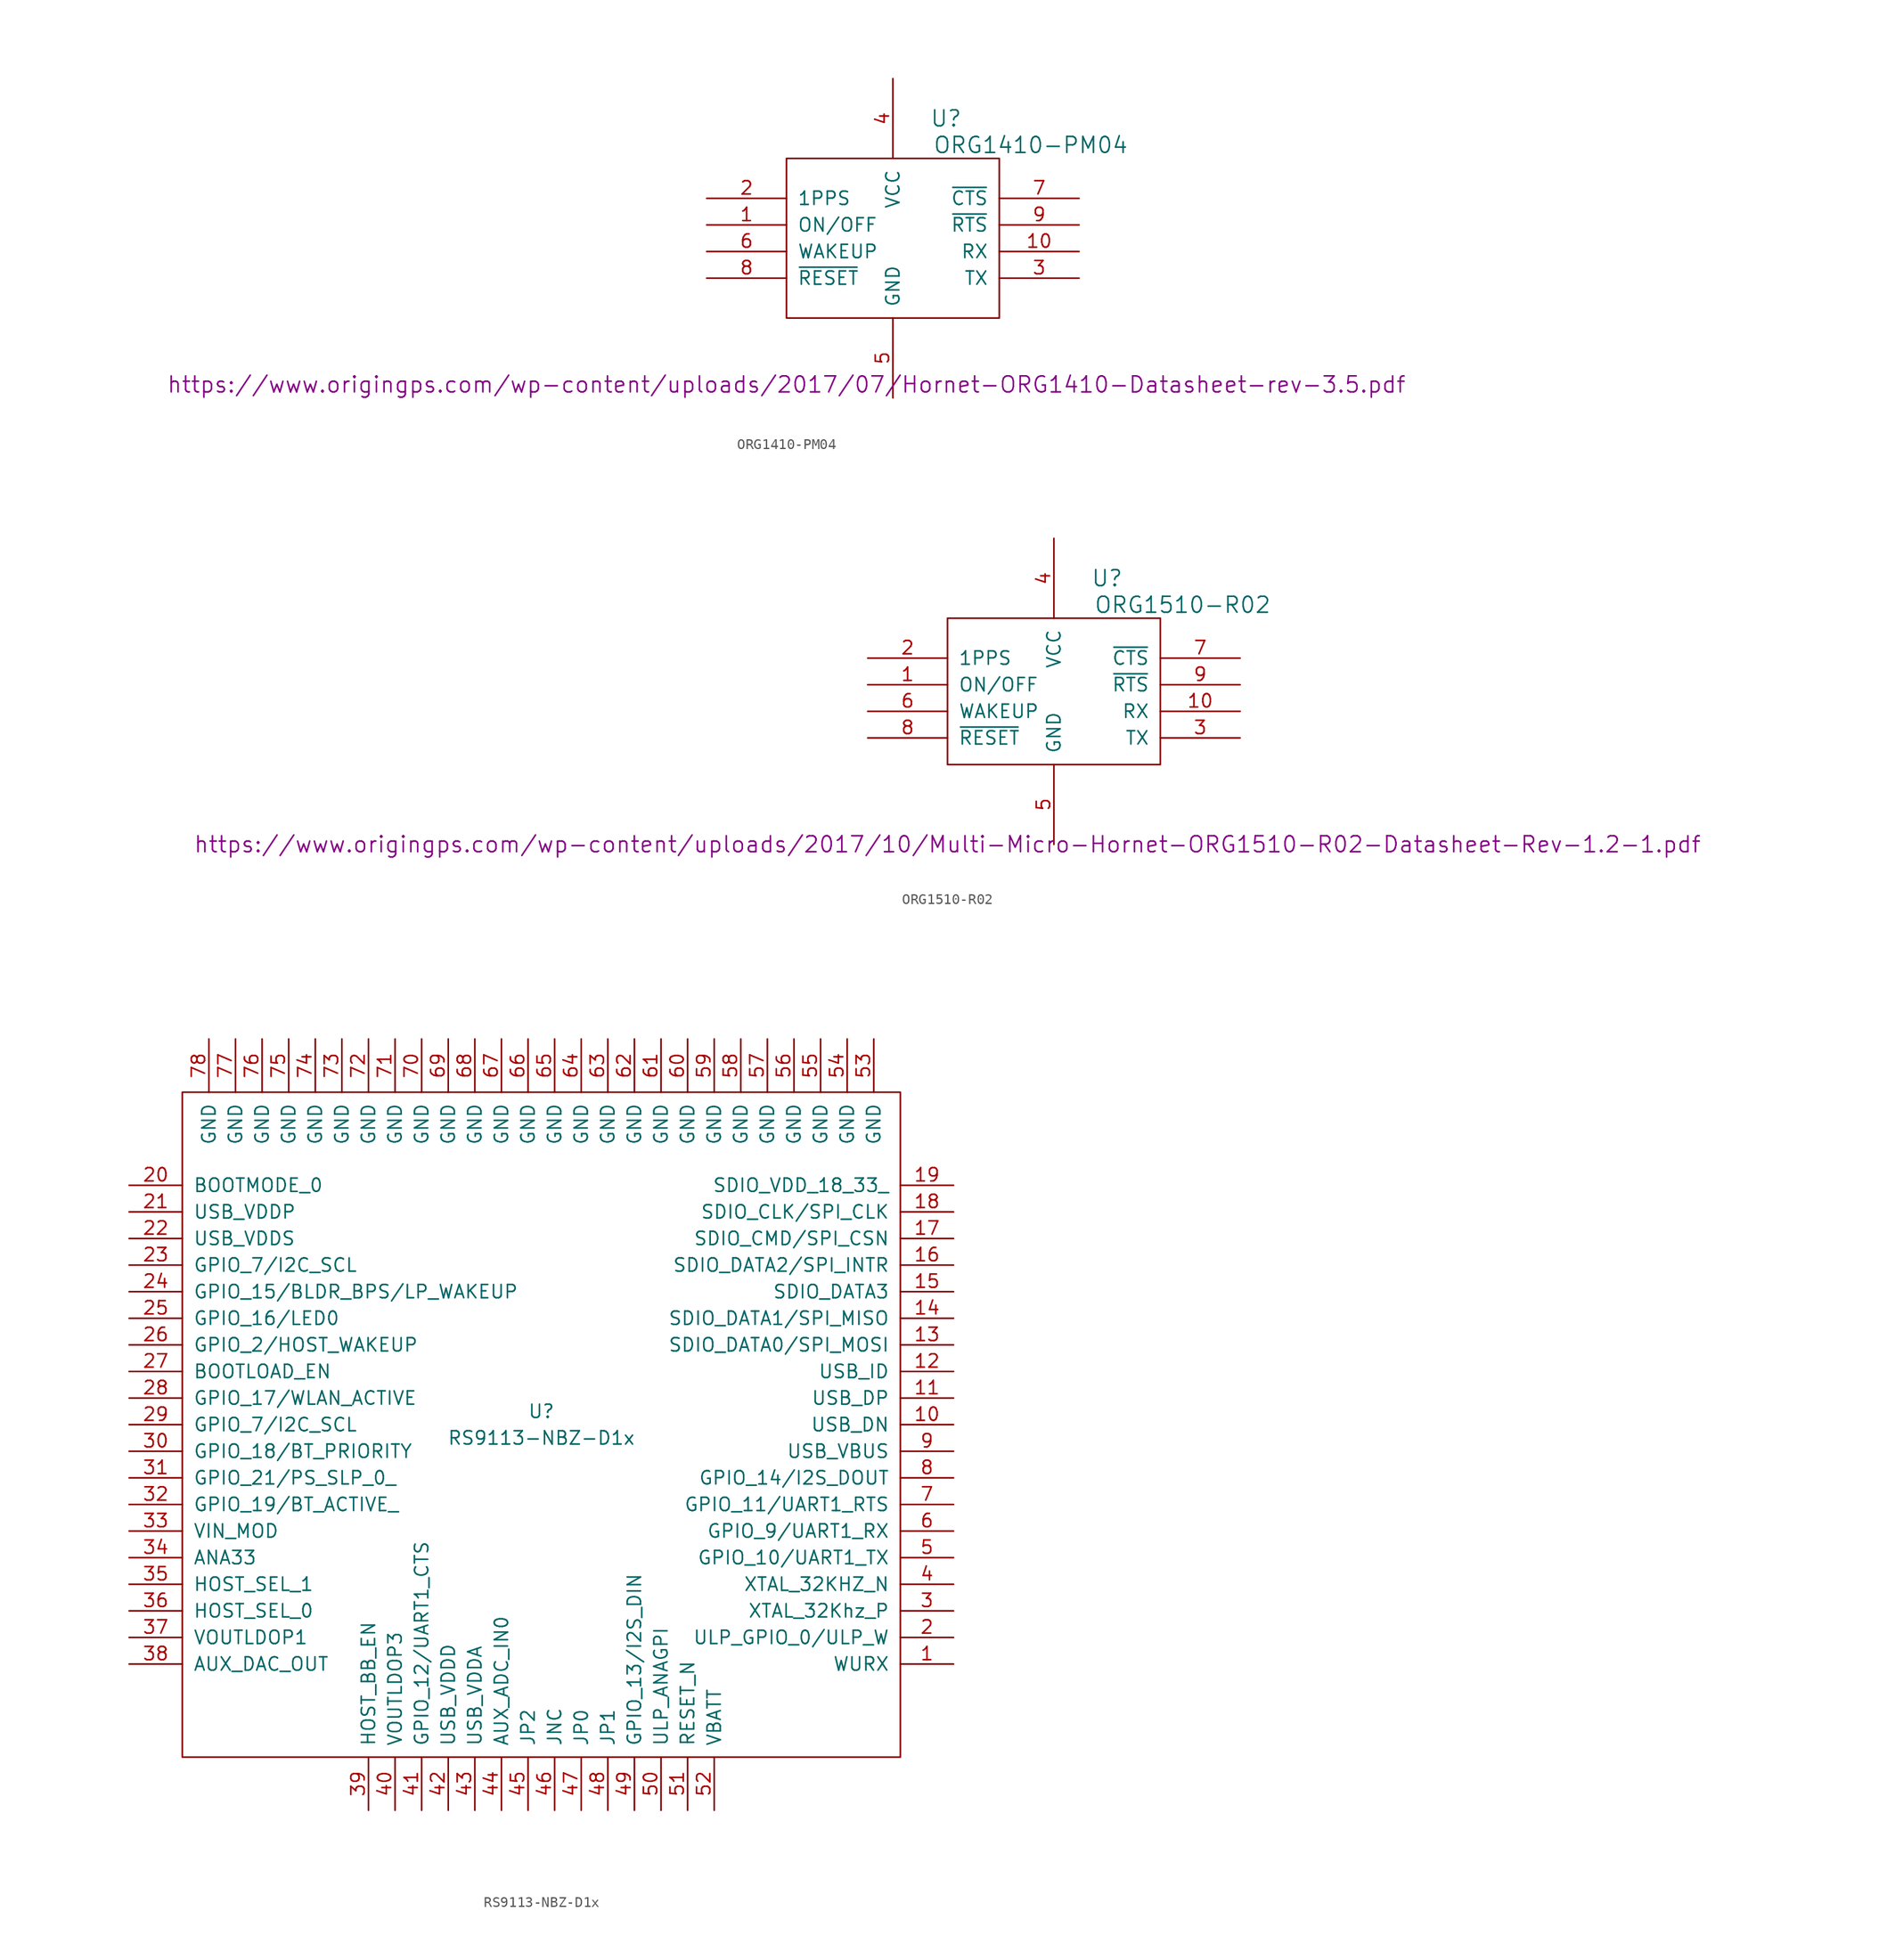
<source format=kicad_sym>
(kicad_symbol_lib
  (version 20201005)
  (generator kicad_symbol_editor)
  (symbol "ORG1410-PM04"
    (pin_names
      (offset 1.016))
    (property "Reference" "U"
      (at 5.08 11.43 0)
      (effects (font (size 1.524 1.524))))
    (property "Value" "ORG1410-PM04"
      (at 3.81 8.89 0)
      (effects (font (size 1.524 1.524)) (justify left)))
    (property "Datasheet" "https://www.origingps.com/wp-content/uploads/2017/07/Hornet-ORG1410-Datasheet-rev-3.5.pdf"
      (at -10.16 -13.97 0)
      (effects (font (size 1.524 1.524))))
    (symbol "ORG1410-PM04_0_1"
      (rectangle (start 10.16 7.62) (end -10.16 -7.62) (stroke (width 0)) (fill (type none))))
    (symbol "ORG1410-PM04_1_1"
      (pin input line (at -17.78 1.27 0) (length 7.62) (name "ON/OFF" (effects (font (size 1.27 1.27)))) (number "1" (effects (font (size 1.27 1.27)))))
      (pin bidirectional line (at 17.78 -1.27 180) (length 7.62) (name "RX" (effects (font (size 1.27 1.27)))) (number "10" (effects (font (size 1.27 1.27)))))
      (pin output line (at -17.78 3.81 0) (length 7.62) (name "1PPS" (effects (font (size 1.27 1.27)))) (number "2" (effects (font (size 1.27 1.27)))))
      (pin bidirectional line (at 17.78 -3.81 180) (length 7.62) (name "TX" (effects (font (size 1.27 1.27)))) (number "3" (effects (font (size 1.27 1.27)))))
      (pin power_in line (at 0 15.24 270) (length 7.62) (name "VCC" (effects (font (size 1.27 1.27)))) (number "4" (effects (font (size 1.27 1.27)))))
      (pin power_in line (at 0 -15.24 90) (length 7.62) (name "GND" (effects (font (size 1.27 1.27)))) (number "5" (effects (font (size 1.27 1.27)))))
      (pin output line (at -17.78 -1.27 0) (length 7.62) (name "WAKEUP" (effects (font (size 1.27 1.27)))) (number "6" (effects (font (size 1.27 1.27)))))
      (pin bidirectional line (at 17.78 3.81 180) (length 7.62) (name "~CTS" (effects (font (size 1.27 1.27)))) (number "7" (effects (font (size 1.27 1.27)))))
      (pin input line (at -17.78 -3.81 0) (length 7.62) (name "~RESET" (effects (font (size 1.27 1.27)))) (number "8" (effects (font (size 1.27 1.27)))))
      (pin bidirectional line (at 17.78 1.27 180) (length 7.62) (name "~RTS" (effects (font (size 1.27 1.27)))) (number "9" (effects (font (size 1.27 1.27)))))))
  (symbol "ORG1510-R02"
    (pin_names
      (offset 1.016))
    (property "Reference" "U"
      (at 5.08 11.43 0)
      (effects (font (size 1.524 1.524))))
    (property "Value" "ORG1510-R02"
      (at 3.81 8.89 0)
      (effects (font (size 1.524 1.524)) (justify left)))
    (property "Datasheet" "https://www.origingps.com/wp-content/uploads/2017/10/Multi-Micro-Hornet-ORG1510-R02-Datasheet-Rev-1.2-1.pdf"
      (at -10.16 -13.97 0)
      (effects (font (size 1.524 1.524))))
    (symbol "ORG1510-R02_0_1"
      (rectangle (start 10.16 7.62) (end -10.16 -6.35) (stroke (width 0)) (fill (type none))))
    (symbol "ORG1510-R02_1_1"
      (pin input line (at -17.78 1.27 0) (length 7.62) (name "ON/OFF" (effects (font (size 1.27 1.27)))) (number "1" (effects (font (size 1.27 1.27)))))
      (pin bidirectional line (at 17.78 -1.27 180) (length 7.62) (name "RX" (effects (font (size 1.27 1.27)))) (number "10" (effects (font (size 1.27 1.27)))))
      (pin output line (at -17.78 3.81 0) (length 7.62) (name "1PPS" (effects (font (size 1.27 1.27)))) (number "2" (effects (font (size 1.27 1.27)))))
      (pin bidirectional line (at 17.78 -3.81 180) (length 7.62) (name "TX" (effects (font (size 1.27 1.27)))) (number "3" (effects (font (size 1.27 1.27)))))
      (pin power_in line (at 0 15.24 270) (length 7.62) (name "VCC" (effects (font (size 1.27 1.27)))) (number "4" (effects (font (size 1.27 1.27)))))
      (pin power_in line (at 0 -13.97 90) (length 7.62) (name "GND" (effects (font (size 1.27 1.27)))) (number "5" (effects (font (size 1.27 1.27)))))
      (pin output line (at -17.78 -1.27 0) (length 7.62) (name "WAKEUP" (effects (font (size 1.27 1.27)))) (number "6" (effects (font (size 1.27 1.27)))))
      (pin bidirectional line (at 17.78 3.81 180) (length 7.62) (name "~CTS" (effects (font (size 1.27 1.27)))) (number "7" (effects (font (size 1.27 1.27)))))
      (pin input line (at -17.78 -3.81 0) (length 7.62) (name "~RESET" (effects (font (size 1.27 1.27)))) (number "8" (effects (font (size 1.27 1.27)))))
      (pin bidirectional line (at 17.78 1.27 180) (length 7.62) (name "~RTS" (effects (font (size 1.27 1.27)))) (number "9" (effects (font (size 1.27 1.27)))))))
  (symbol "RS9113-NBZ-D1x"
    (pin_names
      (offset 1.016))
    (property "Reference" "U"
      (at 0 1.27 0)
      (effects (font (size 1.27 1.27))))
    (property "Value" "RS9113-NBZ-D1x"
      (at 0 -1.27 0)
      (effects (font (size 1.27 1.27))))
    (symbol "RS9113-NBZ-D1x_0_0"
      (pin input line (at 39.37 -22.86 180) (length 5.08) (name "WURX" (effects (font (size 1.27 1.27)))) (number "1" (effects (font (size 1.27 1.27)))))
      (pin bidirectional line (at 39.37 0 180) (length 5.08) (name "USB_DN" (effects (font (size 1.27 1.27)))) (number "10" (effects (font (size 1.27 1.27)))))
      (pin bidirectional line (at 39.37 2.54 180) (length 5.08) (name "USB_DP" (effects (font (size 1.27 1.27)))) (number "11" (effects (font (size 1.27 1.27)))))
      (pin bidirectional line (at 39.37 5.08 180) (length 5.08) (name "USB_ID" (effects (font (size 1.27 1.27)))) (number "12" (effects (font (size 1.27 1.27)))))
      (pin bidirectional line (at 39.37 7.62 180) (length 5.08) (name "SDIO_DATA0/SPI_MOSI" (effects (font (size 1.27 1.27)))) (number "13" (effects (font (size 1.27 1.27)))))
      (pin bidirectional line (at 39.37 10.16 180) (length 5.08) (name "SDIO_DATA1/SPI_MISO" (effects (font (size 1.27 1.27)))) (number "14" (effects (font (size 1.27 1.27)))))
      (pin bidirectional line (at 39.37 12.7 180) (length 5.08) (name "SDIO_DATA3" (effects (font (size 1.27 1.27)))) (number "15" (effects (font (size 1.27 1.27)))))
      (pin bidirectional line (at 39.37 15.24 180) (length 5.08) (name "SDIO_DATA2/SPI_INTR" (effects (font (size 1.27 1.27)))) (number "16" (effects (font (size 1.27 1.27)))))
      (pin bidirectional line (at 39.37 17.78 180) (length 5.08) (name "SDIO_CMD/SPI_CSN" (effects (font (size 1.27 1.27)))) (number "17" (effects (font (size 1.27 1.27)))))
      (pin input line (at 39.37 20.32 180) (length 5.08) (name "SDIO_CLK/SPI_CLK" (effects (font (size 1.27 1.27)))) (number "18" (effects (font (size 1.27 1.27)))))
      (pin power_in line (at 39.37 22.86 180) (length 5.08) (name "SDIO_VDD_18_33_" (effects (font (size 1.27 1.27)))) (number "19" (effects (font (size 1.27 1.27)))))
      (pin bidirectional line (at 39.37 -20.32 180) (length 5.08) (name "ULP_GPIO_0/ULP_W" (effects (font (size 1.27 1.27)))) (number "2" (effects (font (size 1.27 1.27)))))
      (pin bidirectional line (at -39.37 22.86 0) (length 5.08) (name "BOOTMODE_0" (effects (font (size 1.27 1.27)))) (number "20" (effects (font (size 1.27 1.27)))))
      (pin power_in line (at -39.37 20.32 0) (length 5.08) (name "USB_VDDP" (effects (font (size 1.27 1.27)))) (number "21" (effects (font (size 1.27 1.27)))))
      (pin power_in line (at -39.37 17.78 0) (length 5.08) (name "USB_VDDS" (effects (font (size 1.27 1.27)))) (number "22" (effects (font (size 1.27 1.27)))))
      (pin bidirectional line (at -39.37 15.24 0) (length 5.08) (name "GPIO_7/I2C_SCL" (effects (font (size 1.27 1.27)))) (number "23" (effects (font (size 1.27 1.27)))))
      (pin bidirectional line (at -39.37 12.7 0) (length 5.08) (name "GPIO_15/BLDR_BPS/LP_WAKEUP" (effects (font (size 1.27 1.27)))) (number "24" (effects (font (size 1.27 1.27)))))
      (pin bidirectional line (at -39.37 10.16 0) (length 5.08) (name "GPIO_16/LED0" (effects (font (size 1.27 1.27)))) (number "25" (effects (font (size 1.27 1.27)))))
      (pin bidirectional line (at -39.37 7.62 0) (length 5.08) (name "GPIO_2/HOST_WAKEUP" (effects (font (size 1.27 1.27)))) (number "26" (effects (font (size 1.27 1.27)))))
      (pin bidirectional line (at -39.37 5.08 0) (length 5.08) (name "BOOTLOAD_EN" (effects (font (size 1.27 1.27)))) (number "27" (effects (font (size 1.27 1.27)))))
      (pin bidirectional line (at -39.37 2.54 0) (length 5.08) (name "GPIO_17/WLAN_ACTIVE" (effects (font (size 1.27 1.27)))) (number "28" (effects (font (size 1.27 1.27)))))
      (pin bidirectional line (at -39.37 0 0) (length 5.08) (name "GPIO_7/I2C_SCL" (effects (font (size 1.27 1.27)))) (number "29" (effects (font (size 1.27 1.27)))))
      (pin input line (at 39.37 -17.78 180) (length 5.08) (name "XTAL_32Khz_P" (effects (font (size 1.27 1.27)))) (number "3" (effects (font (size 1.27 1.27)))))
      (pin bidirectional line (at -39.37 -2.54 0) (length 5.08) (name "GPIO_18/BT_PRIORITY" (effects (font (size 1.27 1.27)))) (number "30" (effects (font (size 1.27 1.27)))))
      (pin bidirectional line (at -39.37 -5.08 0) (length 5.08) (name "GPIO_21/PS_SLP_0_" (effects (font (size 1.27 1.27)))) (number "31" (effects (font (size 1.27 1.27)))))
      (pin bidirectional line (at -39.37 -7.62 0) (length 5.08) (name "GPIO_19/BT_ACTIVE_" (effects (font (size 1.27 1.27)))) (number "32" (effects (font (size 1.27 1.27)))))
      (pin power_in line (at -39.37 -10.16 0) (length 5.08) (name "VIN_MOD" (effects (font (size 1.27 1.27)))) (number "33" (effects (font (size 1.27 1.27)))))
      (pin power_in line (at -39.37 -12.7 0) (length 5.08) (name "ANA33" (effects (font (size 1.27 1.27)))) (number "34" (effects (font (size 1.27 1.27)))))
      (pin bidirectional line (at -39.37 -15.24 0) (length 5.08) (name "HOST_SEL_1" (effects (font (size 1.27 1.27)))) (number "35" (effects (font (size 1.27 1.27)))))
      (pin bidirectional line (at -39.37 -17.78 0) (length 5.08) (name "HOST_SEL_0" (effects (font (size 1.27 1.27)))) (number "36" (effects (font (size 1.27 1.27)))))
      (pin output line (at -39.37 -20.32 0) (length 5.08) (name "VOUTLDOP1" (effects (font (size 1.27 1.27)))) (number "37" (effects (font (size 1.27 1.27)))))
      (pin output line (at -39.37 -22.86 0) (length 5.08) (name "AUX_DAC_OUT" (effects (font (size 1.27 1.27)))) (number "38" (effects (font (size 1.27 1.27)))))
      (pin output line (at -16.51 -36.83 90) (length 5.08) (name "HOST_BB_EN" (effects (font (size 1.27 1.27)))) (number "39" (effects (font (size 1.27 1.27)))))
      (pin input line (at 39.37 -15.24 180) (length 5.08) (name "XTAL_32KHZ_N" (effects (font (size 1.27 1.27)))) (number "4" (effects (font (size 1.27 1.27)))))
      (pin output line (at -13.97 -36.83 90) (length 5.08) (name "VOUTLDOP3" (effects (font (size 1.27 1.27)))) (number "40" (effects (font (size 1.27 1.27)))))
      (pin bidirectional line (at -11.43 -36.83 90) (length 5.08) (name "GPIO_12/UART1_CTS" (effects (font (size 1.27 1.27)))) (number "41" (effects (font (size 1.27 1.27)))))
      (pin power_in line (at -8.89 -36.83 90) (length 5.08) (name "USB_VDDD" (effects (font (size 1.27 1.27)))) (number "42" (effects (font (size 1.27 1.27)))))
      (pin power_in line (at -6.35 -36.83 90) (length 5.08) (name "USB_VDDA" (effects (font (size 1.27 1.27)))) (number "43" (effects (font (size 1.27 1.27)))))
      (pin input line (at -3.81 -36.83 90) (length 5.08) (name "AUX_ADC_IN0" (effects (font (size 1.27 1.27)))) (number "44" (effects (font (size 1.27 1.27)))))
      (pin input line (at -1.27 -36.83 90) (length 5.08) (name "JP2" (effects (font (size 1.27 1.27)))) (number "45" (effects (font (size 1.27 1.27)))))
      (pin output line (at 1.27 -36.83 90) (length 5.08) (name "JNC" (effects (font (size 1.27 1.27)))) (number "46" (effects (font (size 1.27 1.27)))))
      (pin input line (at 3.81 -36.83 90) (length 5.08) (name "JP0" (effects (font (size 1.27 1.27)))) (number "47" (effects (font (size 1.27 1.27)))))
      (pin input line (at 6.35 -36.83 90) (length 5.08) (name "JP1" (effects (font (size 1.27 1.27)))) (number "48" (effects (font (size 1.27 1.27)))))
      (pin bidirectional line (at 8.89 -36.83 90) (length 5.08) (name "GPIO_13/I2S_DIN" (effects (font (size 1.27 1.27)))) (number "49" (effects (font (size 1.27 1.27)))))
      (pin bidirectional line (at 39.37 -12.7 180) (length 5.08) (name "GPIO_10/UART1_TX" (effects (font (size 1.27 1.27)))) (number "5" (effects (font (size 1.27 1.27)))))
      (pin input line (at 11.43 -36.83 90) (length 5.08) (name "ULP_ANAGPI" (effects (font (size 1.27 1.27)))) (number "50" (effects (font (size 1.27 1.27)))))
      (pin input line (at 13.97 -36.83 90) (length 5.08) (name "RESET_N" (effects (font (size 1.27 1.27)))) (number "51" (effects (font (size 1.27 1.27)))))
      (pin power_in line (at 16.51 -36.83 90) (length 5.08) (name "VBATT" (effects (font (size 1.27 1.27)))) (number "52" (effects (font (size 1.27 1.27)))))
      (pin power_in line (at 31.75 36.83 270) (length 5.08) (name "GND" (effects (font (size 1.27 1.27)))) (number "53" (effects (font (size 1.27 1.27)))))
      (pin power_in line (at 29.21 36.83 270) (length 5.08) (name "GND" (effects (font (size 1.27 1.27)))) (number "54" (effects (font (size 1.27 1.27)))))
      (pin power_in line (at 26.67 36.83 270) (length 5.08) (name "GND" (effects (font (size 1.27 1.27)))) (number "55" (effects (font (size 1.27 1.27)))))
      (pin power_in line (at 24.13 36.83 270) (length 5.08) (name "GND" (effects (font (size 1.27 1.27)))) (number "56" (effects (font (size 1.27 1.27)))))
      (pin power_in line (at 21.59 36.83 270) (length 5.08) (name "GND" (effects (font (size 1.27 1.27)))) (number "57" (effects (font (size 1.27 1.27)))))
      (pin power_in line (at 19.05 36.83 270) (length 5.08) (name "GND" (effects (font (size 1.27 1.27)))) (number "58" (effects (font (size 1.27 1.27)))))
      (pin power_in line (at 16.51 36.83 270) (length 5.08) (name "GND" (effects (font (size 1.27 1.27)))) (number "59" (effects (font (size 1.27 1.27)))))
      (pin bidirectional line (at 39.37 -10.16 180) (length 5.08) (name "GPIO_9/UART1_RX" (effects (font (size 1.27 1.27)))) (number "6" (effects (font (size 1.27 1.27)))))
      (pin power_in line (at 13.97 36.83 270) (length 5.08) (name "GND" (effects (font (size 1.27 1.27)))) (number "60" (effects (font (size 1.27 1.27)))))
      (pin power_in line (at 11.43 36.83 270) (length 5.08) (name "GND" (effects (font (size 1.27 1.27)))) (number "61" (effects (font (size 1.27 1.27)))))
      (pin power_in line (at 8.89 36.83 270) (length 5.08) (name "GND" (effects (font (size 1.27 1.27)))) (number "62" (effects (font (size 1.27 1.27)))))
      (pin power_in line (at 6.35 36.83 270) (length 5.08) (name "GND" (effects (font (size 1.27 1.27)))) (number "63" (effects (font (size 1.27 1.27)))))
      (pin power_in line (at 3.81 36.83 270) (length 5.08) (name "GND" (effects (font (size 1.27 1.27)))) (number "64" (effects (font (size 1.27 1.27)))))
      (pin power_in line (at 1.27 36.83 270) (length 5.08) (name "GND" (effects (font (size 1.27 1.27)))) (number "65" (effects (font (size 1.27 1.27)))))
      (pin power_in line (at -1.27 36.83 270) (length 5.08) (name "GND" (effects (font (size 1.27 1.27)))) (number "66" (effects (font (size 1.27 1.27)))))
      (pin power_in line (at -3.81 36.83 270) (length 5.08) (name "GND" (effects (font (size 1.27 1.27)))) (number "67" (effects (font (size 1.27 1.27)))))
      (pin power_in line (at -6.35 36.83 270) (length 5.08) (name "GND" (effects (font (size 1.27 1.27)))) (number "68" (effects (font (size 1.27 1.27)))))
      (pin power_in line (at -8.89 36.83 270) (length 5.08) (name "GND" (effects (font (size 1.27 1.27)))) (number "69" (effects (font (size 1.27 1.27)))))
      (pin bidirectional line (at 39.37 -7.62 180) (length 5.08) (name "GPIO_11/UART1_RTS" (effects (font (size 1.27 1.27)))) (number "7" (effects (font (size 1.27 1.27)))))
      (pin power_in line (at -11.43 36.83 270) (length 5.08) (name "GND" (effects (font (size 1.27 1.27)))) (number "70" (effects (font (size 1.27 1.27)))))
      (pin power_in line (at -13.97 36.83 270) (length 5.08) (name "GND" (effects (font (size 1.27 1.27)))) (number "71" (effects (font (size 1.27 1.27)))))
      (pin power_in line (at -16.51 36.83 270) (length 5.08) (name "GND" (effects (font (size 1.27 1.27)))) (number "72" (effects (font (size 1.27 1.27)))))
      (pin power_in line (at -19.05 36.83 270) (length 5.08) (name "GND" (effects (font (size 1.27 1.27)))) (number "73" (effects (font (size 1.27 1.27)))))
      (pin power_in line (at -21.59 36.83 270) (length 5.08) (name "GND" (effects (font (size 1.27 1.27)))) (number "74" (effects (font (size 1.27 1.27)))))
      (pin power_in line (at -24.13 36.83 270) (length 5.08) (name "GND" (effects (font (size 1.27 1.27)))) (number "75" (effects (font (size 1.27 1.27)))))
      (pin power_in line (at -26.67 36.83 270) (length 5.08) (name "GND" (effects (font (size 1.27 1.27)))) (number "76" (effects (font (size 1.27 1.27)))))
      (pin power_in line (at -29.21 36.83 270) (length 5.08) (name "GND" (effects (font (size 1.27 1.27)))) (number "77" (effects (font (size 1.27 1.27)))))
      (pin power_in line (at -31.75 36.83 270) (length 5.08) (name "GND" (effects (font (size 1.27 1.27)))) (number "78" (effects (font (size 1.27 1.27)))))
      (pin bidirectional line (at 39.37 -5.08 180) (length 5.08) (name "GPIO_14/I2S_DOUT" (effects (font (size 1.27 1.27)))) (number "8" (effects (font (size 1.27 1.27)))))
      (pin power_in line (at 39.37 -2.54 180) (length 5.08) (name "USB_VBUS" (effects (font (size 1.27 1.27)))) (number "9" (effects (font (size 1.27 1.27))))))
    (symbol "RS9113-NBZ-D1x_0_1"
      (rectangle (start -34.29 31.75) (end 34.29 -31.75) (stroke (width 0)) (fill (type none))))))
</source>
